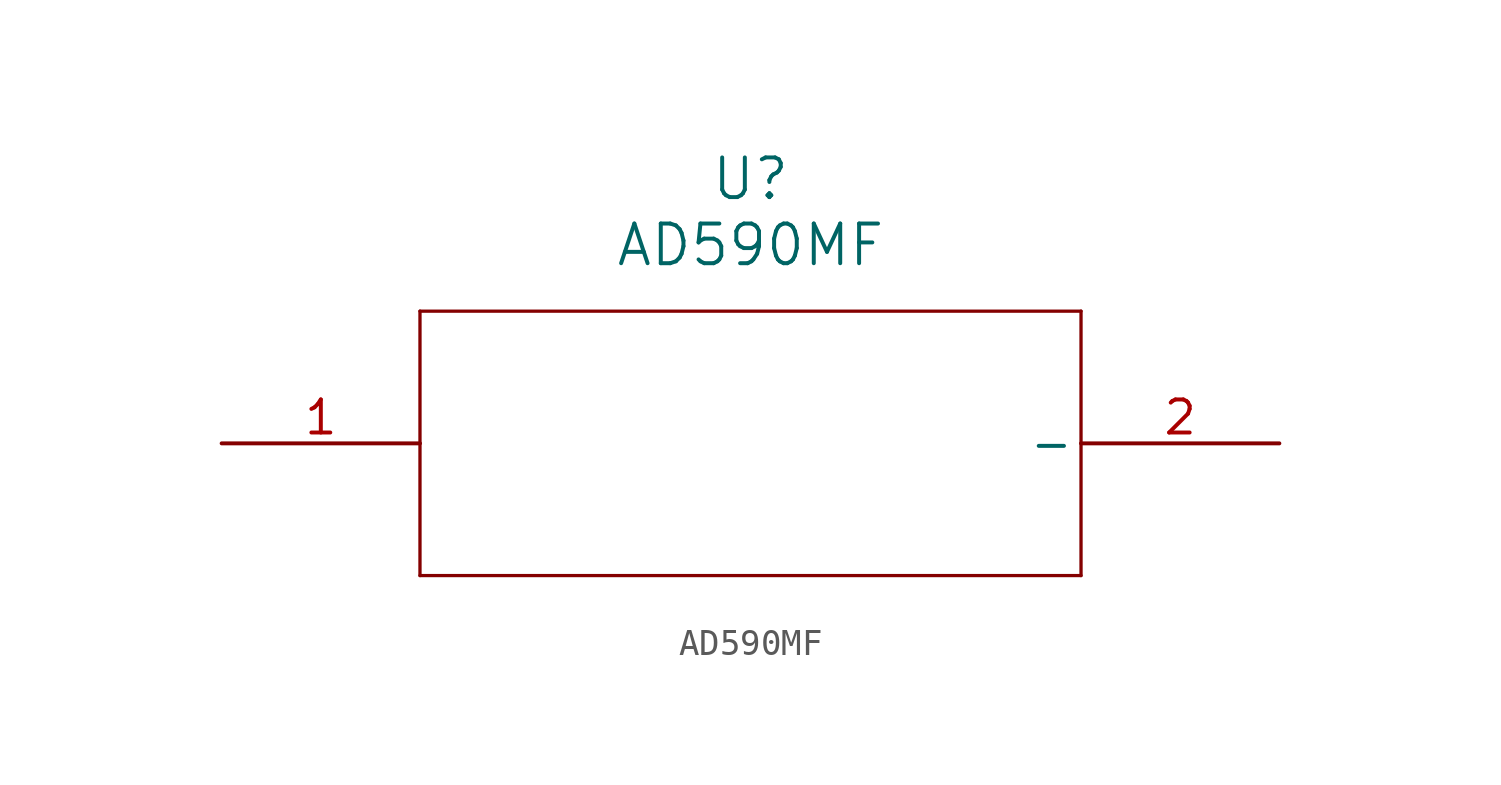
<source format=kicad_sym>
(kicad_symbol_lib
  (version 20211014)
  (generator kicad_symbol_editor)
  (symbol "AD590MF"
    (pin_names
      (offset 0.254))
    (property "Reference" "U"
      (at 20.32 10.16 0)
      (effects (font (size 1.524 1.524))))
    (property "Value" "AD590MF"
      (at 20.32 7.62 0)
      (effects (font (size 1.524 1.524))))
    (symbol "AD590MF_0_1"
      (polyline (pts (xy 7.62 5.08) (xy 7.62 -5.08)) (stroke (width 0.127) (type default) (color 0 0 0 0)) (fill (type none)))
      (polyline (pts (xy 7.62 -5.08) (xy 33.02 -5.08)) (stroke (width 0.127) (type default) (color 0 0 0 0)) (fill (type none)))
      (polyline (pts (xy 33.02 -5.08) (xy 33.02 5.08)) (stroke (width 0.127) (type default) (color 0 0 0 0)) (fill (type none)))
      (polyline (pts (xy 33.02 5.08) (xy 7.62 5.08)) (stroke (width 0.127) (type default) (color 0 0 0 0)) (fill (type none)))
      (pin unspecified line (at 0 0 0) (length 7.62) (name "" (effects (font (size 1.27 1.27)))) (number "1" (effects (font (size 1.27 1.27)))))
      (pin unspecified line (at 40.64 0 180) (length 7.62) (name "-" (effects (font (size 1.27 1.27)))) (number "2" (effects (font (size 1.27 1.27))))))))
</source>
